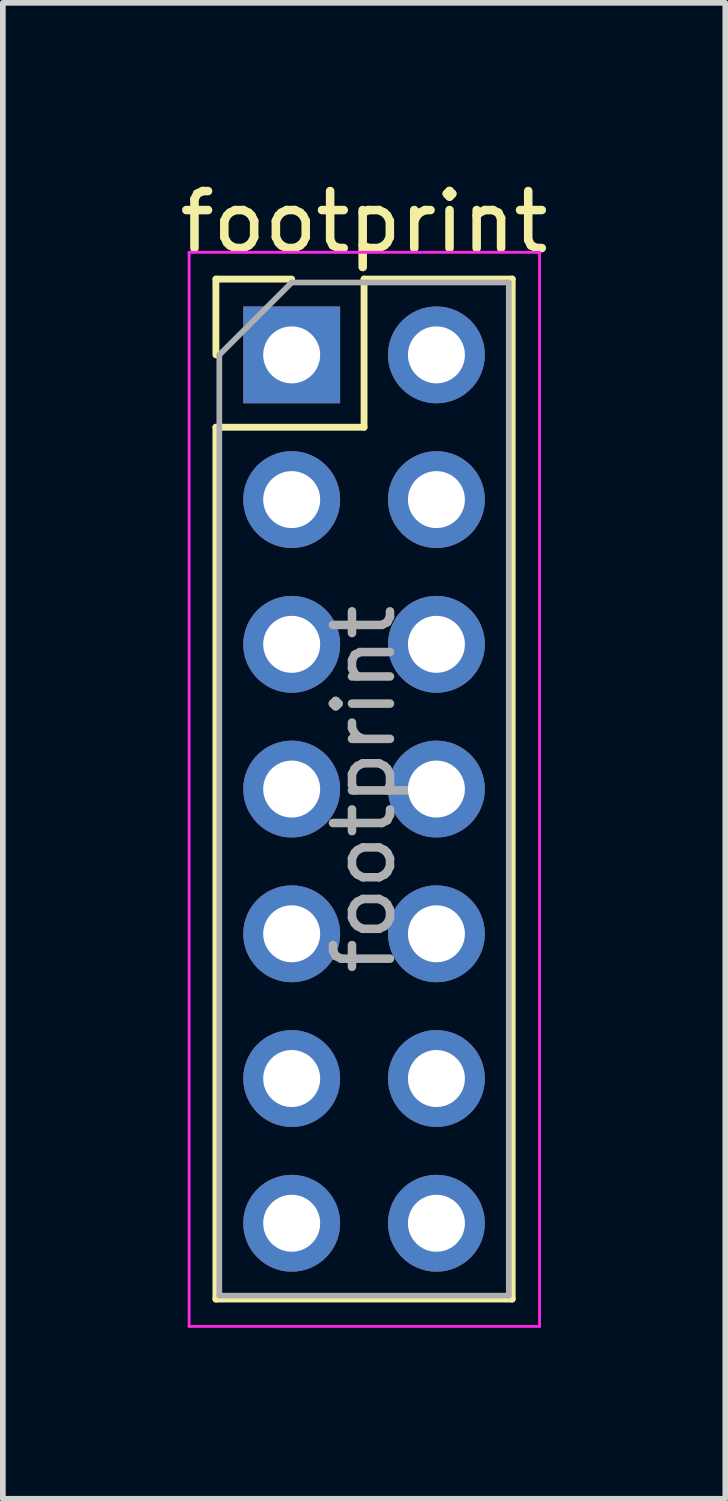
<source format=kicad_pcb>
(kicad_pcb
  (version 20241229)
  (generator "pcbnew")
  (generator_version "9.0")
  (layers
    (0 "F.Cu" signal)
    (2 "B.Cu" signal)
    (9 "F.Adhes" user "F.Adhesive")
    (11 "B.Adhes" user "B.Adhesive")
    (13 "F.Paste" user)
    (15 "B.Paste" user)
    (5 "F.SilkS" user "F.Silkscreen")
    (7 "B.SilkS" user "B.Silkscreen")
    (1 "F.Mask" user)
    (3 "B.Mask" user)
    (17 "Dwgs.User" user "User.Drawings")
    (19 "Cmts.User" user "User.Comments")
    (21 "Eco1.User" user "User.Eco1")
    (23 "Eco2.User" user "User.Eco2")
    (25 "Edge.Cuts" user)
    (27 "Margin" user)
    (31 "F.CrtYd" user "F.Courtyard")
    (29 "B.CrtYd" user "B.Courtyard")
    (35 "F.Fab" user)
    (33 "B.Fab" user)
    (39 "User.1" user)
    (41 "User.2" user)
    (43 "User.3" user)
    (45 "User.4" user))
  (footprint "footprint"
    (layer "F.Cu")
    (at 2.069 3.178)
    (property "Reference" "footprint" (at 1.27 -2.33 0) (layer "F.SilkS") (effects (font (size 1 1) (thickness 0.15))))
    (attr through_hole)
    (fp_line (start -1.33 -1.33) (end 0 -1.33) (stroke (width 0.12) (type solid)) (layer "F.SilkS"))
    (fp_line (start -1.33 0) (end -1.33 -1.33) (stroke (width 0.12) (type solid)) (layer "F.SilkS"))
    (fp_line (start -1.33 1.27) (end -1.33 16.57) (stroke (width 0.12) (type solid)) (layer "F.SilkS"))
    (fp_line (start -1.33 1.27) (end 1.27 1.27) (stroke (width 0.12) (type solid)) (layer "F.SilkS"))
    (fp_line (start -1.33 16.57) (end 3.87 16.57) (stroke (width 0.12) (type solid)) (layer "F.SilkS"))
    (fp_line (start 1.27 -1.33) (end 3.87 -1.33) (stroke (width 0.12) (type solid)) (layer "F.SilkS"))
    (fp_line (start 1.27 1.27) (end 1.27 -1.33) (stroke (width 0.12) (type solid)) (layer "F.SilkS"))
    (fp_line (start 3.87 -1.33) (end 3.87 16.57) (stroke (width 0.12) (type solid)) (layer "F.SilkS"))
    (fp_line (start -1.8 -1.8) (end -1.8 17.05) (stroke (width 0.05) (type solid)) (layer "F.CrtYd"))
    (fp_line (start -1.8 17.05) (end 4.35 17.05) (stroke (width 0.05) (type solid)) (layer "F.CrtYd"))
    (fp_line (start 4.35 -1.8) (end -1.8 -1.8) (stroke (width 0.05) (type solid)) (layer "F.CrtYd"))
    (fp_line (start 4.35 17.05) (end 4.35 -1.8) (stroke (width 0.05) (type solid)) (layer "F.CrtYd"))
    (fp_line (start -1.27 0) (end 0 -1.27) (stroke (width 0.1) (type solid)) (layer "F.Fab"))
    (fp_line (start -1.27 16.51) (end -1.27 0) (stroke (width 0.1) (type solid)) (layer "F.Fab"))
    (fp_line (start 0 -1.27) (end 3.81 -1.27) (stroke (width 0.1) (type solid)) (layer "F.Fab"))
    (fp_line (start 3.81 -1.27) (end 3.81 16.51) (stroke (width 0.1) (type solid)) (layer "F.Fab"))
    (fp_line (start 3.81 16.51) (end -1.27 16.51) (stroke (width 0.1) (type solid)) (layer "F.Fab"))
    (fp_text user "${REFERENCE}" (at 1.27 7.62 90) (layer "F.Fab") (effects (font (size 1 1) (thickness 0.15))))
    (pad "1" thru_hole rect (at 0 0) (size 1.7 1.7) (drill 1) (layers "*.Cu" "*.Mask"))
    (pad "2" thru_hole oval (at 2.54 0) (size 1.7 1.7) (drill 1) (layers "*.Cu" "*.Mask"))
    (pad "3" thru_hole oval (at 0 2.54) (size 1.7 1.7) (drill 1) (layers "*.Cu" "*.Mask"))
    (pad "4" thru_hole oval (at 2.54 2.54) (size 1.7 1.7) (drill 1) (layers "*.Cu" "*.Mask"))
    (pad "5" thru_hole oval (at 0 5.08) (size 1.7 1.7) (drill 1) (layers "*.Cu" "*.Mask"))
    (pad "6" thru_hole oval (at 2.54 5.08) (size 1.7 1.7) (drill 1) (layers "*.Cu" "*.Mask"))
    (pad "7" thru_hole oval (at 0 7.62) (size 1.7 1.7) (drill 1) (layers "*.Cu" "*.Mask"))
    (pad "8" thru_hole oval (at 2.54 7.62) (size 1.7 1.7) (drill 1) (layers "*.Cu" "*.Mask"))
    (pad "9" thru_hole oval (at 0 10.16) (size 1.7 1.7) (drill 1) (layers "*.Cu" "*.Mask"))
    (pad "10" thru_hole oval (at 2.54 10.16) (size 1.7 1.7) (drill 1) (layers "*.Cu" "*.Mask"))
    (pad "11" thru_hole oval (at 0 12.7) (size 1.7 1.7) (drill 1) (layers "*.Cu" "*.Mask"))
    (pad "12" thru_hole oval (at 2.54 12.7) (size 1.7 1.7) (drill 1) (layers "*.Cu" "*.Mask"))
    (pad "13" thru_hole oval (at 0 15.24) (size 1.7 1.7) (drill 1) (layers "*.Cu" "*.Mask"))
    (pad "14" thru_hole oval (at 2.54 15.24) (size 1.7 1.7) (drill 1) (layers "*.Cu" "*.Mask")))
  (gr_rect
    (start -3 -3)
    (end 9.679 23.253)
    (stroke (width 0.1) (type default))
    (fill no)
    (layer "Edge.Cuts")))
</source>
